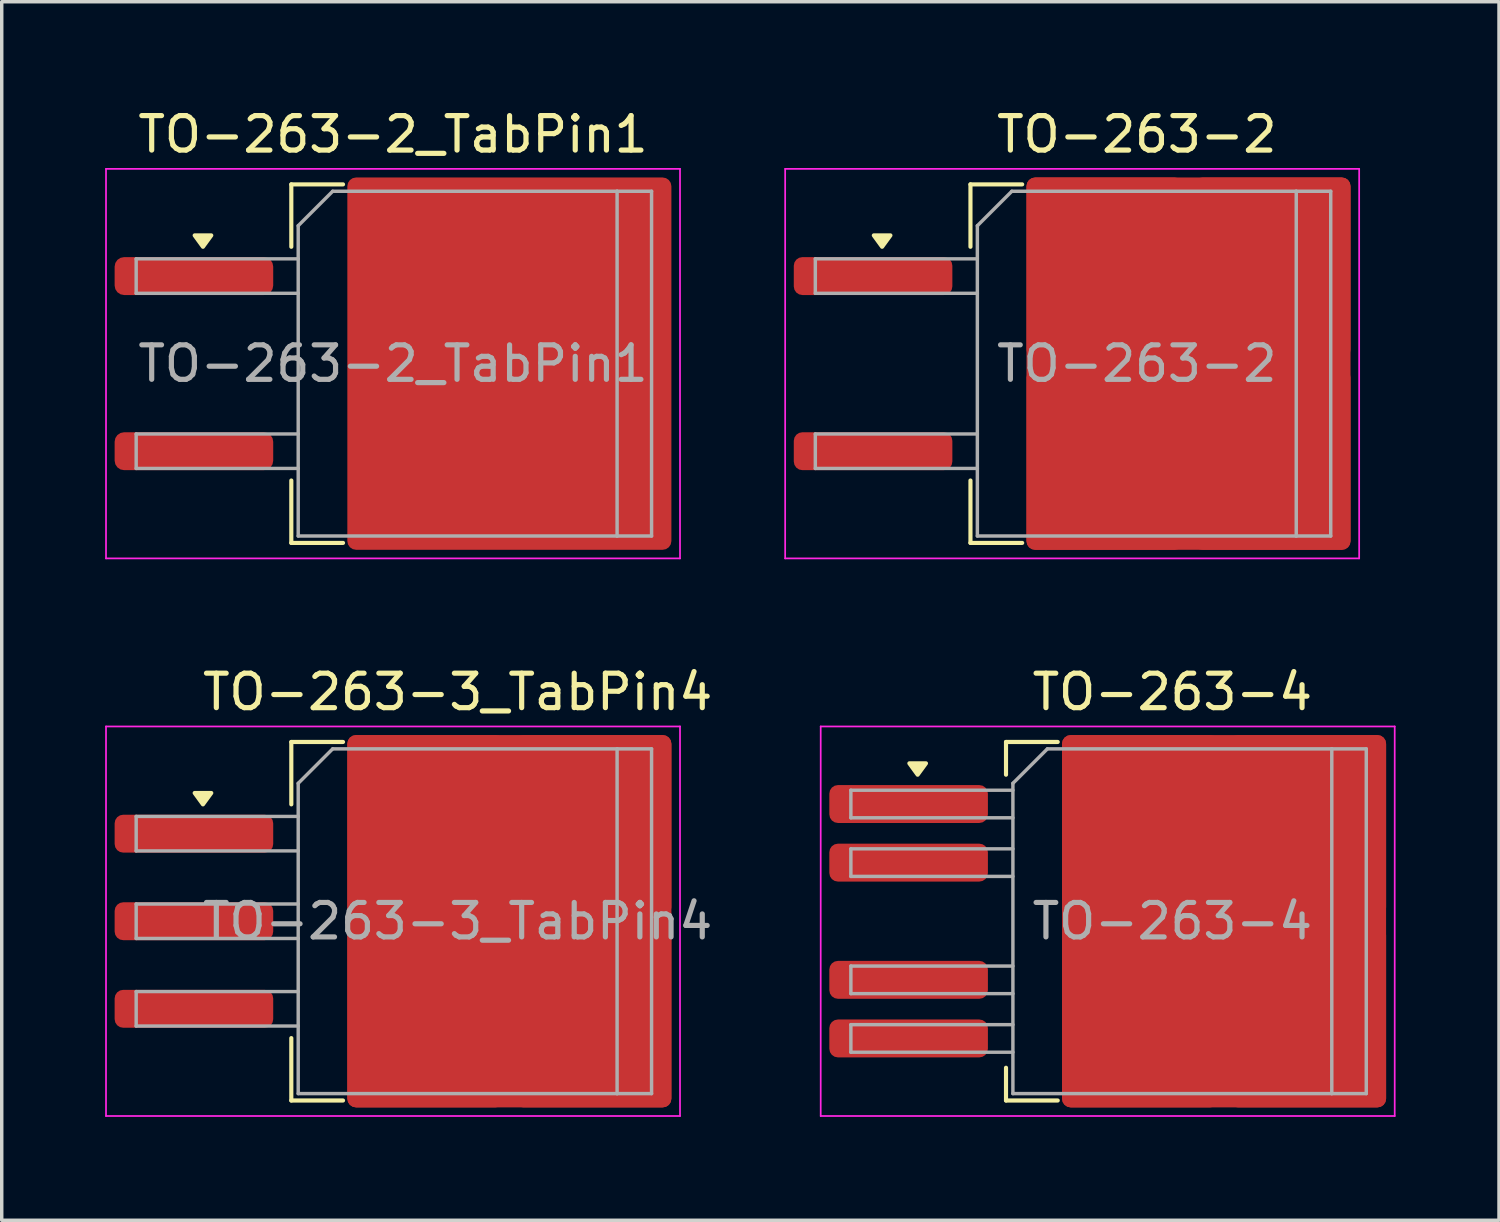
<source format=kicad_pcb>
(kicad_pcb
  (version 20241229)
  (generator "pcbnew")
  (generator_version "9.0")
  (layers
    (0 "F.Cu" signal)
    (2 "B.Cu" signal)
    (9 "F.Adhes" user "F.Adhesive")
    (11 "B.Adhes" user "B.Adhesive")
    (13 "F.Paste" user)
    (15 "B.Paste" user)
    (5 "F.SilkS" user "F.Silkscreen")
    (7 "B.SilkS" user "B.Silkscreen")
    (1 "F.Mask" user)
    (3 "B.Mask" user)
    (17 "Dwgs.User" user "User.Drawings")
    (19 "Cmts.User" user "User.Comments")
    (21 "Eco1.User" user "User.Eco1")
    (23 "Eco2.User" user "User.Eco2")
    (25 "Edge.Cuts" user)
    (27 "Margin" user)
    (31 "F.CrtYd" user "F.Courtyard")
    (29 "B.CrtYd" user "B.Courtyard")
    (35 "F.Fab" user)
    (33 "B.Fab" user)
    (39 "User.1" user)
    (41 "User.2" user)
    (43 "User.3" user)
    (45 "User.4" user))
  (footprint "TO-263-4"
    (layer "F.Cu")
    (at 30.956 23.672)
    (property "Reference" "TO-263-4" (at 0 -6.65 0) (layer "F.SilkS") (effects (font (size 1 1) (thickness 0.15))))
    (attr smd)
    (fp_line (start -4.825 -5.2) (end -4.825 -4.25) (stroke (width 0.12) (type solid)) (layer "F.SilkS"))
    (fp_line (start -4.825 5.2) (end -4.825 4.25) (stroke (width 0.12) (type solid)) (layer "F.SilkS"))
    (fp_line (start -3.325 -5.2) (end -4.825 -5.2) (stroke (width 0.12) (type solid)) (layer "F.SilkS"))
    (fp_line (start -3.325 5.2) (end -4.825 5.2) (stroke (width 0.12) (type solid)) (layer "F.SilkS"))
    (fp_poly (pts (xy -7.388 -4.25) (xy -7.628 -4.58) (xy -7.147 -4.58) (xy -7.388 -4.25)) (stroke (width 0.12) (type solid)) (fill yes) (layer "F.SilkS"))
    (fp_line (start -10.2 -5.65) (end -10.2 5.65) (stroke (width 0.05) (type solid)) (layer "F.CrtYd"))
    (fp_line (start -10.2 5.65) (end 6.45 5.65) (stroke (width 0.05) (type solid)) (layer "F.CrtYd"))
    (fp_line (start 6.45 -5.65) (end -10.2 -5.65) (stroke (width 0.05) (type solid)) (layer "F.CrtYd"))
    (fp_line (start 6.45 5.65) (end 6.45 -5.65) (stroke (width 0.05) (type solid)) (layer "F.CrtYd"))
    (fp_line (start -9.325 -3.8) (end -9.325 -3) (stroke (width 0.1) (type solid)) (layer "F.Fab"))
    (fp_line (start -9.325 -3) (end -4.625 -3) (stroke (width 0.1) (type solid)) (layer "F.Fab"))
    (fp_line (start -9.325 -2.1) (end -9.325 -1.3) (stroke (width 0.1) (type solid)) (layer "F.Fab"))
    (fp_line (start -9.325 -1.3) (end -4.625 -1.3) (stroke (width 0.1) (type solid)) (layer "F.Fab"))
    (fp_line (start -9.325 1.3) (end -9.325 2.1) (stroke (width 0.1) (type solid)) (layer "F.Fab"))
    (fp_line (start -9.325 2.1) (end -4.625 2.1) (stroke (width 0.1) (type solid)) (layer "F.Fab"))
    (fp_line (start -9.325 3) (end -9.325 3.8) (stroke (width 0.1) (type solid)) (layer "F.Fab"))
    (fp_line (start -9.325 3.8) (end -4.625 3.8) (stroke (width 0.1) (type solid)) (layer "F.Fab"))
    (fp_line (start -4.625 -4) (end -3.625 -5) (stroke (width 0.1) (type solid)) (layer "F.Fab"))
    (fp_line (start -4.625 -3.8) (end -9.325 -3.8) (stroke (width 0.1) (type solid)) (layer "F.Fab"))
    (fp_line (start -4.625 -2.1) (end -9.325 -2.1) (stroke (width 0.1) (type solid)) (layer "F.Fab"))
    (fp_line (start -4.625 1.3) (end -9.325 1.3) (stroke (width 0.1) (type solid)) (layer "F.Fab"))
    (fp_line (start -4.625 3) (end -9.325 3) (stroke (width 0.1) (type solid)) (layer "F.Fab"))
    (fp_line (start -4.625 5) (end -4.625 -4) (stroke (width 0.1) (type solid)) (layer "F.Fab"))
    (fp_line (start -3.625 -5) (end 4.625 -5) (stroke (width 0.1) (type solid)) (layer "F.Fab"))
    (fp_line (start 4.625 -5) (end 4.625 5) (stroke (width 0.1) (type solid)) (layer "F.Fab"))
    (fp_line (start 4.625 -5) (end 5.625 -5) (stroke (width 0.1) (type solid)) (layer "F.Fab"))
    (fp_line (start 4.625 5) (end -4.625 5) (stroke (width 0.1) (type solid)) (layer "F.Fab"))
    (fp_line (start 5.625 -5) (end 5.625 5) (stroke (width 0.1) (type solid)) (layer "F.Fab"))
    (fp_line (start 5.625 5) (end 4.625 5) (stroke (width 0.1) (type solid)) (layer "F.Fab"))
    (fp_text user "${REFERENCE}" (at 0 0 0) (layer "F.Fab") (effects (font (size 1 1) (thickness 0.15))))
    (pad "1" smd roundrect (at -7.65 -3.4) (size 4.6 1.1) (layers "F.Cu" "F.Mask" "F.Paste") (roundrect_rratio 0.227))
    (pad "2" smd roundrect (at -7.65 -1.7) (size 4.6 1.1) (layers "F.Cu" "F.Mask" "F.Paste") (roundrect_rratio 0.227))
    (pad "3" smd roundrect (at -0.925 -2.775) (size 4.55 5.25) (layers "F.Cu" "F.Paste") (roundrect_rratio 0.055))
    (pad "3" smd roundrect (at -0.925 2.775) (size 4.55 5.25) (layers "F.Cu" "F.Paste") (roundrect_rratio 0.055))
    (pad "3" smd roundrect (at 1.5 0) (size 9.4 10.8) (layers "F.Cu" "F.Mask") (roundrect_rratio 0.027))
    (pad "3" smd roundrect (at 3.925 -2.775) (size 4.55 5.25) (layers "F.Cu" "F.Paste") (roundrect_rratio 0.055))
    (pad "3" smd roundrect (at 3.925 2.775) (size 4.55 5.25) (layers "F.Cu" "F.Paste") (roundrect_rratio 0.055))
    (pad "4" smd roundrect (at -7.65 1.7) (size 4.6 1.1) (layers "F.Cu" "F.Mask" "F.Paste") (roundrect_rratio 0.227))
    (pad "5" smd roundrect (at -7.65 3.4) (size 4.6 1.1) (layers "F.Cu" "F.Mask" "F.Paste") (roundrect_rratio 0.227)))
  (footprint "TO-263-2"
    (layer "F.Cu")
    (at 29.925 7.498)
    (property "Reference" "TO-263-2" (at 0 -6.65 0) (layer "F.SilkS") (effects (font (size 1 1) (thickness 0.15))))
    (attr smd)
    (fp_line (start -4.825 -5.2) (end -4.825 -3.39) (stroke (width 0.12) (type solid)) (layer "F.SilkS"))
    (fp_line (start -4.825 5.2) (end -4.825 3.39) (stroke (width 0.12) (type solid)) (layer "F.SilkS"))
    (fp_line (start -3.325 -5.2) (end -4.825 -5.2) (stroke (width 0.12) (type solid)) (layer "F.SilkS"))
    (fp_line (start -3.325 5.2) (end -4.825 5.2) (stroke (width 0.12) (type solid)) (layer "F.SilkS"))
    (fp_poly (pts (xy -7.388 -3.39) (xy -7.628 -3.72) (xy -7.147 -3.72) (xy -7.388 -3.39)) (stroke (width 0.12) (type solid)) (fill yes) (layer "F.SilkS"))
    (fp_line (start -10.2 -5.65) (end -10.2 5.65) (stroke (width 0.05) (type solid)) (layer "F.CrtYd"))
    (fp_line (start -10.2 5.65) (end 6.45 5.65) (stroke (width 0.05) (type solid)) (layer "F.CrtYd"))
    (fp_line (start 6.45 -5.65) (end -10.2 -5.65) (stroke (width 0.05) (type solid)) (layer "F.CrtYd"))
    (fp_line (start 6.45 5.65) (end 6.45 -5.65) (stroke (width 0.05) (type solid)) (layer "F.CrtYd"))
    (fp_line (start -9.325 -3.04) (end -9.325 -2.04) (stroke (width 0.1) (type solid)) (layer "F.Fab"))
    (fp_line (start -9.325 -2.04) (end -4.625 -2.04) (stroke (width 0.1) (type solid)) (layer "F.Fab"))
    (fp_line (start -9.325 2.04) (end -9.325 3.04) (stroke (width 0.1) (type solid)) (layer "F.Fab"))
    (fp_line (start -9.325 3.04) (end -4.625 3.04) (stroke (width 0.1) (type solid)) (layer "F.Fab"))
    (fp_line (start -4.625 -4) (end -3.625 -5) (stroke (width 0.1) (type solid)) (layer "F.Fab"))
    (fp_line (start -4.625 -3.04) (end -9.325 -3.04) (stroke (width 0.1) (type solid)) (layer "F.Fab"))
    (fp_line (start -4.625 2.04) (end -9.325 2.04) (stroke (width 0.1) (type solid)) (layer "F.Fab"))
    (fp_line (start -4.625 5) (end -4.625 -4) (stroke (width 0.1) (type solid)) (layer "F.Fab"))
    (fp_line (start -3.625 -5) (end 4.625 -5) (stroke (width 0.1) (type solid)) (layer "F.Fab"))
    (fp_line (start 4.625 -5) (end 4.625 5) (stroke (width 0.1) (type solid)) (layer "F.Fab"))
    (fp_line (start 4.625 -5) (end 5.625 -5) (stroke (width 0.1) (type solid)) (layer "F.Fab"))
    (fp_line (start 4.625 5) (end -4.625 5) (stroke (width 0.1) (type solid)) (layer "F.Fab"))
    (fp_line (start 5.625 -5) (end 5.625 5) (stroke (width 0.1) (type solid)) (layer "F.Fab"))
    (fp_line (start 5.625 5) (end 4.625 5) (stroke (width 0.1) (type solid)) (layer "F.Fab"))
    (fp_text user "${REFERENCE}" (at 0 0 0) (layer "F.Fab") (effects (font (size 1 1) (thickness 0.15))))
    (pad "1" smd roundrect (at -7.65 -2.54) (size 4.6 1.1) (layers "F.Cu" "F.Mask" "F.Paste") (roundrect_rratio 0.227))
    (pad "2" smd roundrect (at -0.925 -2.775) (size 4.55 5.25) (layers "F.Cu" "F.Paste") (roundrect_rratio 0.055))
    (pad "2" smd roundrect (at -0.925 2.775) (size 4.55 5.25) (layers "F.Cu" "F.Paste") (roundrect_rratio 0.055))
    (pad "2" smd roundrect (at 1.5 0) (size 9.4 10.8) (layers "F.Cu" "F.Mask") (roundrect_rratio 0.027))
    (pad "2" smd roundrect (at 3.925 -2.775) (size 4.55 5.25) (layers "F.Cu" "F.Paste") (roundrect_rratio 0.055))
    (pad "2" smd roundrect (at 3.925 2.775) (size 4.55 5.25) (layers "F.Cu" "F.Paste") (roundrect_rratio 0.055))
    (pad "3" smd roundrect (at -7.65 2.54) (size 4.6 1.1) (layers "F.Cu" "F.Mask" "F.Paste") (roundrect_rratio 0.227)))
  (footprint "TO-263-2_TabPin1"
    (layer "F.Cu")
    (at 10.225 7.498)
    (property "Reference" "TO-263-2_TabPin1" (at -1.875 -6.65 0) (layer "F.SilkS") (effects (font (size 1 1) (thickness 0.15))))
    (attr smd)
    (fp_line (start -4.825 -5.2) (end -4.825 -3.39) (stroke (width 0.12) (type solid)) (layer "F.SilkS"))
    (fp_line (start -4.825 5.2) (end -4.825 3.39) (stroke (width 0.12) (type solid)) (layer "F.SilkS"))
    (fp_line (start -3.325 -5.2) (end -4.825 -5.2) (stroke (width 0.12) (type solid)) (layer "F.SilkS"))
    (fp_line (start -3.325 5.2) (end -4.825 5.2) (stroke (width 0.12) (type solid)) (layer "F.SilkS"))
    (fp_poly (pts (xy -7.388 -3.39) (xy -7.628 -3.72) (xy -7.147 -3.72) (xy -7.388 -3.39)) (stroke (width 0.12) (type solid)) (fill yes) (layer "F.SilkS"))
    (fp_line (start -10.2 -5.65) (end -10.2 5.65) (stroke (width 0.05) (type solid)) (layer "F.CrtYd"))
    (fp_line (start -10.2 5.65) (end 6.45 5.65) (stroke (width 0.05) (type solid)) (layer "F.CrtYd"))
    (fp_line (start 6.45 -5.65) (end -10.2 -5.65) (stroke (width 0.05) (type solid)) (layer "F.CrtYd"))
    (fp_line (start 6.45 5.65) (end 6.45 -5.65) (stroke (width 0.05) (type solid)) (layer "F.CrtYd"))
    (fp_line (start -9.325 -3.04) (end -9.325 -2.04) (stroke (width 0.1) (type solid)) (layer "F.Fab"))
    (fp_line (start -9.325 -2.04) (end -4.625 -2.04) (stroke (width 0.1) (type solid)) (layer "F.Fab"))
    (fp_line (start -9.325 2.04) (end -9.325 3.04) (stroke (width 0.1) (type solid)) (layer "F.Fab"))
    (fp_line (start -9.325 3.04) (end -4.625 3.04) (stroke (width 0.1) (type solid)) (layer "F.Fab"))
    (fp_line (start -4.625 -4) (end -3.625 -5) (stroke (width 0.1) (type solid)) (layer "F.Fab"))
    (fp_line (start -4.625 -3.04) (end -9.325 -3.04) (stroke (width 0.1) (type solid)) (layer "F.Fab"))
    (fp_line (start -4.625 2.04) (end -9.325 2.04) (stroke (width 0.1) (type solid)) (layer "F.Fab"))
    (fp_line (start -4.625 5) (end -4.625 -4) (stroke (width 0.1) (type solid)) (layer "F.Fab"))
    (fp_line (start -3.625 -5) (end 4.625 -5) (stroke (width 0.1) (type solid)) (layer "F.Fab"))
    (fp_line (start 4.625 -5) (end 4.625 5) (stroke (width 0.1) (type solid)) (layer "F.Fab"))
    (fp_line (start 4.625 -5) (end 5.625 -5) (stroke (width 0.1) (type solid)) (layer "F.Fab"))
    (fp_line (start 4.625 5) (end -4.625 5) (stroke (width 0.1) (type solid)) (layer "F.Fab"))
    (fp_line (start 5.625 -5) (end 5.625 5) (stroke (width 0.1) (type solid)) (layer "F.Fab"))
    (fp_line (start 5.625 5) (end 4.625 5) (stroke (width 0.1) (type solid)) (layer "F.Fab"))
    (fp_text user "${REFERENCE}" (at -1.875 0 0) (layer "F.Fab") (effects (font (size 1 1) (thickness 0.15))))
    (pad "" smd roundrect (at -0.925 -2.775) (size 4.55 5.25) (layers "F.Paste") (roundrect_rratio 0.055))
    (pad "" smd roundrect (at -0.925 2.775) (size 4.55 5.25) (layers "F.Paste") (roundrect_rratio 0.055))
    (pad "" smd roundrect (at 3.925 -2.775) (size 4.55 5.25) (layers "F.Paste") (roundrect_rratio 0.055))
    (pad "" smd roundrect (at 3.925 2.775) (size 4.55 5.25) (layers "F.Paste") (roundrect_rratio 0.055))
    (pad "1" smd roundrect (at -7.65 -2.54) (size 4.6 1.1) (layers "F.Cu" "F.Mask" "F.Paste") (roundrect_rratio 0.25))
    (pad "1" smd roundrect (at 1.5 0) (size 9.4 10.8) (layers "F.Cu" "F.Mask") (roundrect_rratio 0.027))
    (pad "2" smd roundrect (at -7.65 2.54) (size 4.6 1.1) (layers "F.Cu" "F.Mask" "F.Paste") (roundrect_rratio 0.25)))
  (footprint "TO-263-3_TabPin4"
    (layer "F.Cu")
    (at 10.225 23.672)
    (property "Reference" "TO-263-3_TabPin4" (at 0 -6.65 0) (layer "F.SilkS") (effects (font (size 1 1) (thickness 0.15))))
    (attr smd)
    (fp_line (start -4.825 -5.2) (end -4.825 -3.39) (stroke (width 0.12) (type solid)) (layer "F.SilkS"))
    (fp_line (start -4.825 5.2) (end -4.825 3.39) (stroke (width 0.12) (type solid)) (layer "F.SilkS"))
    (fp_line (start -3.325 -5.2) (end -4.825 -5.2) (stroke (width 0.12) (type solid)) (layer "F.SilkS"))
    (fp_line (start -3.325 5.2) (end -4.825 5.2) (stroke (width 0.12) (type solid)) (layer "F.SilkS"))
    (fp_poly (pts (xy -7.388 -3.39) (xy -7.628 -3.72) (xy -7.147 -3.72) (xy -7.388 -3.39)) (stroke (width 0.12) (type solid)) (fill yes) (layer "F.SilkS"))
    (fp_line (start -10.2 -5.65) (end -10.2 5.65) (stroke (width 0.05) (type solid)) (layer "F.CrtYd"))
    (fp_line (start -10.2 5.65) (end 6.45 5.65) (stroke (width 0.05) (type solid)) (layer "F.CrtYd"))
    (fp_line (start 6.45 -5.65) (end -10.2 -5.65) (stroke (width 0.05) (type solid)) (layer "F.CrtYd"))
    (fp_line (start 6.45 5.65) (end 6.45 -5.65) (stroke (width 0.05) (type solid)) (layer "F.CrtYd"))
    (fp_line (start -9.325 -3.04) (end -9.325 -2.04) (stroke (width 0.1) (type solid)) (layer "F.Fab"))
    (fp_line (start -9.325 -2.04) (end -4.625 -2.04) (stroke (width 0.1) (type solid)) (layer "F.Fab"))
    (fp_line (start -9.325 -0.5) (end -9.325 0.5) (stroke (width 0.1) (type solid)) (layer "F.Fab"))
    (fp_line (start -9.325 0.5) (end -4.625 0.5) (stroke (width 0.1) (type solid)) (layer "F.Fab"))
    (fp_line (start -9.325 2.04) (end -9.325 3.04) (stroke (width 0.1) (type solid)) (layer "F.Fab"))
    (fp_line (start -9.325 3.04) (end -4.625 3.04) (stroke (width 0.1) (type solid)) (layer "F.Fab"))
    (fp_line (start -4.625 -4) (end -3.625 -5) (stroke (width 0.1) (type solid)) (layer "F.Fab"))
    (fp_line (start -4.625 -3.04) (end -9.325 -3.04) (stroke (width 0.1) (type solid)) (layer "F.Fab"))
    (fp_line (start -4.625 -0.5) (end -9.325 -0.5) (stroke (width 0.1) (type solid)) (layer "F.Fab"))
    (fp_line (start -4.625 2.04) (end -9.325 2.04) (stroke (width 0.1) (type solid)) (layer "F.Fab"))
    (fp_line (start -4.625 5) (end -4.625 -4) (stroke (width 0.1) (type solid)) (layer "F.Fab"))
    (fp_line (start -3.625 -5) (end 4.625 -5) (stroke (width 0.1) (type solid)) (layer "F.Fab"))
    (fp_line (start 4.625 -5) (end 4.625 5) (stroke (width 0.1) (type solid)) (layer "F.Fab"))
    (fp_line (start 4.625 -5) (end 5.625 -5) (stroke (width 0.1) (type solid)) (layer "F.Fab"))
    (fp_line (start 4.625 5) (end -4.625 5) (stroke (width 0.1) (type solid)) (layer "F.Fab"))
    (fp_line (start 5.625 -5) (end 5.625 5) (stroke (width 0.1) (type solid)) (layer "F.Fab"))
    (fp_line (start 5.625 5) (end 4.625 5) (stroke (width 0.1) (type solid)) (layer "F.Fab"))
    (fp_text user "${REFERENCE}" (at 0 0 0) (layer "F.Fab") (effects (font (size 1 1) (thickness 0.15))))
    (pad "1" smd roundrect (at -7.65 -2.54) (size 4.6 1.1) (layers "F.Cu" "F.Mask" "F.Paste") (roundrect_rratio 0.227))
    (pad "2" smd roundrect (at -7.65 0) (size 4.6 1.1) (layers "F.Cu" "F.Mask" "F.Paste") (roundrect_rratio 0.227))
    (pad "3" smd roundrect (at -7.65 2.54) (size 4.6 1.1) (layers "F.Cu" "F.Mask" "F.Paste") (roundrect_rratio 0.227))
    (pad "4" smd roundrect (at -0.925 -2.775) (size 4.55 5.25) (layers "F.Cu" "F.Paste") (roundrect_rratio 0.055))
    (pad "4" smd roundrect (at -0.925 2.775) (size 4.55 5.25) (layers "F.Cu" "F.Paste") (roundrect_rratio 0.055))
    (pad "4" smd roundrect (at 1.5 0) (size 9.4 10.8) (layers "F.Cu" "F.Mask") (roundrect_rratio 0.027))
    (pad "4" smd roundrect (at 3.925 -2.775) (size 4.55 5.25) (layers "F.Cu" "F.Paste") (roundrect_rratio 0.055))
    (pad "4" smd roundrect (at 3.925 2.775) (size 4.55 5.25) (layers "F.Cu" "F.Paste") (roundrect_rratio 0.055)))
  (gr_rect
    (start -3 -3)
    (end 40.431 32.346)
    (stroke (width 0.1) (type default))
    (fill no)
    (layer "Edge.Cuts")))
</source>
